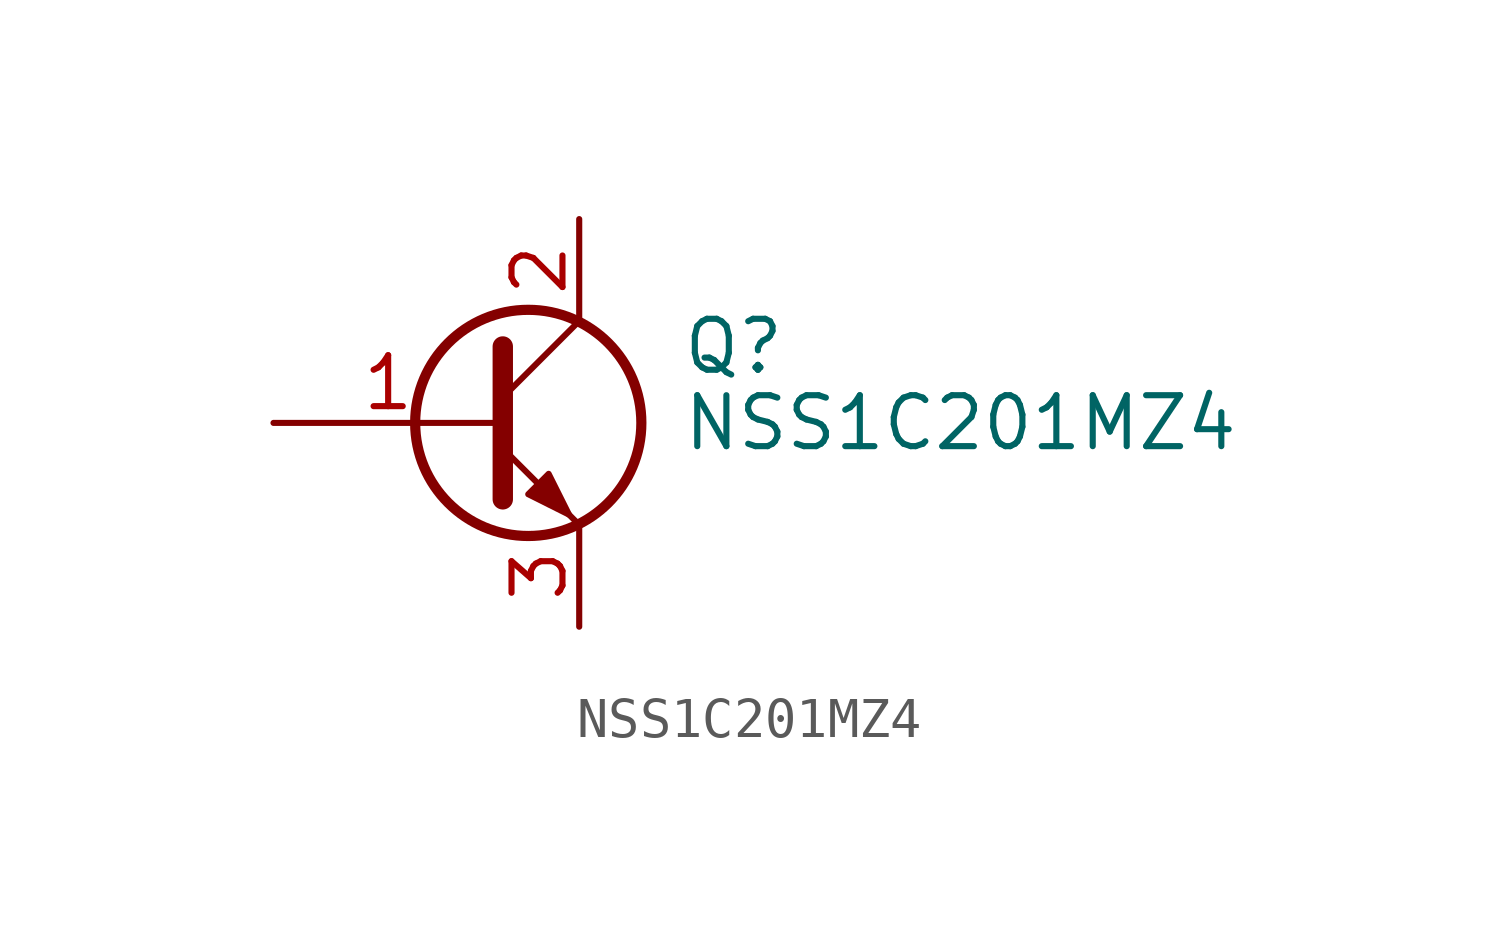
<source format=kicad_sym>
(kicad_symbol_lib
  (version 20211014)
  (generator kicad_symbol_editor)
  (symbol "NSS1C201MZ4"
    (pin_names
      (offset 0) hide)
    (property "Reference" "Q"
      (at 5.08 1.905 0)
      (effects (font (size 1.27 1.27)) (justify left)))
    (property "Value" "NSS1C201MZ4"
      (at 5.08 0 0)
      (effects (font (size 1.27 1.27)) (justify left)))
    (symbol "NSS1C201MZ4_0_1"
      (polyline (pts (xy 0.635 0.635) (xy 2.54 2.54)) (stroke (width 0) (type default) (color 0 0 0 0)) (fill (type none)))
      (polyline (pts (xy 0.635 -0.635) (xy 2.54 -2.54) (xy 2.54 -2.54)) (stroke (width 0) (type default) (color 0 0 0 0)) (fill (type none)))
      (polyline (pts (xy 0.635 1.905) (xy 0.635 -1.905) (xy 0.635 -1.905)) (stroke (width 0.508) (type default) (color 0 0 0 0)) (fill (type none)))
      (polyline (pts (xy 1.27 -1.778) (xy 1.778 -1.27) (xy 2.286 -2.286) (xy 1.27 -1.778) (xy 1.27 -1.778)) (stroke (width 0) (type default) (color 0 0 0 0)) (fill (type outline)))
      (circle (center 1.27 0) (radius 2.819) (stroke (width 0.254) (type default) (color 0 0 0 0)) (fill (type none))))
    (symbol "NSS1C201MZ4_1_1"
      (pin input line (at -5.08 0 0) (length 5.715) (name "B" (effects (font (size 1.27 1.27)))) (number "1" (effects (font (size 1.27 1.27)))))
      (pin passive line (at 2.54 5.08 270) (length 2.54) (name "C" (effects (font (size 1.27 1.27)))) (number "2" (effects (font (size 1.27 1.27)))))
      (pin passive line (at 2.54 -5.08 90) (length 2.54) (name "E" (effects (font (size 1.27 1.27)))) (number "3" (effects (font (size 1.27 1.27)))))
      (pin passive line (at 2.54 5.08 270) (length 2.54) hide (name "C" (effects (font (size 1.27 1.27)))) (number "4" (effects (font (size 1.27 1.27))))))))
</source>
